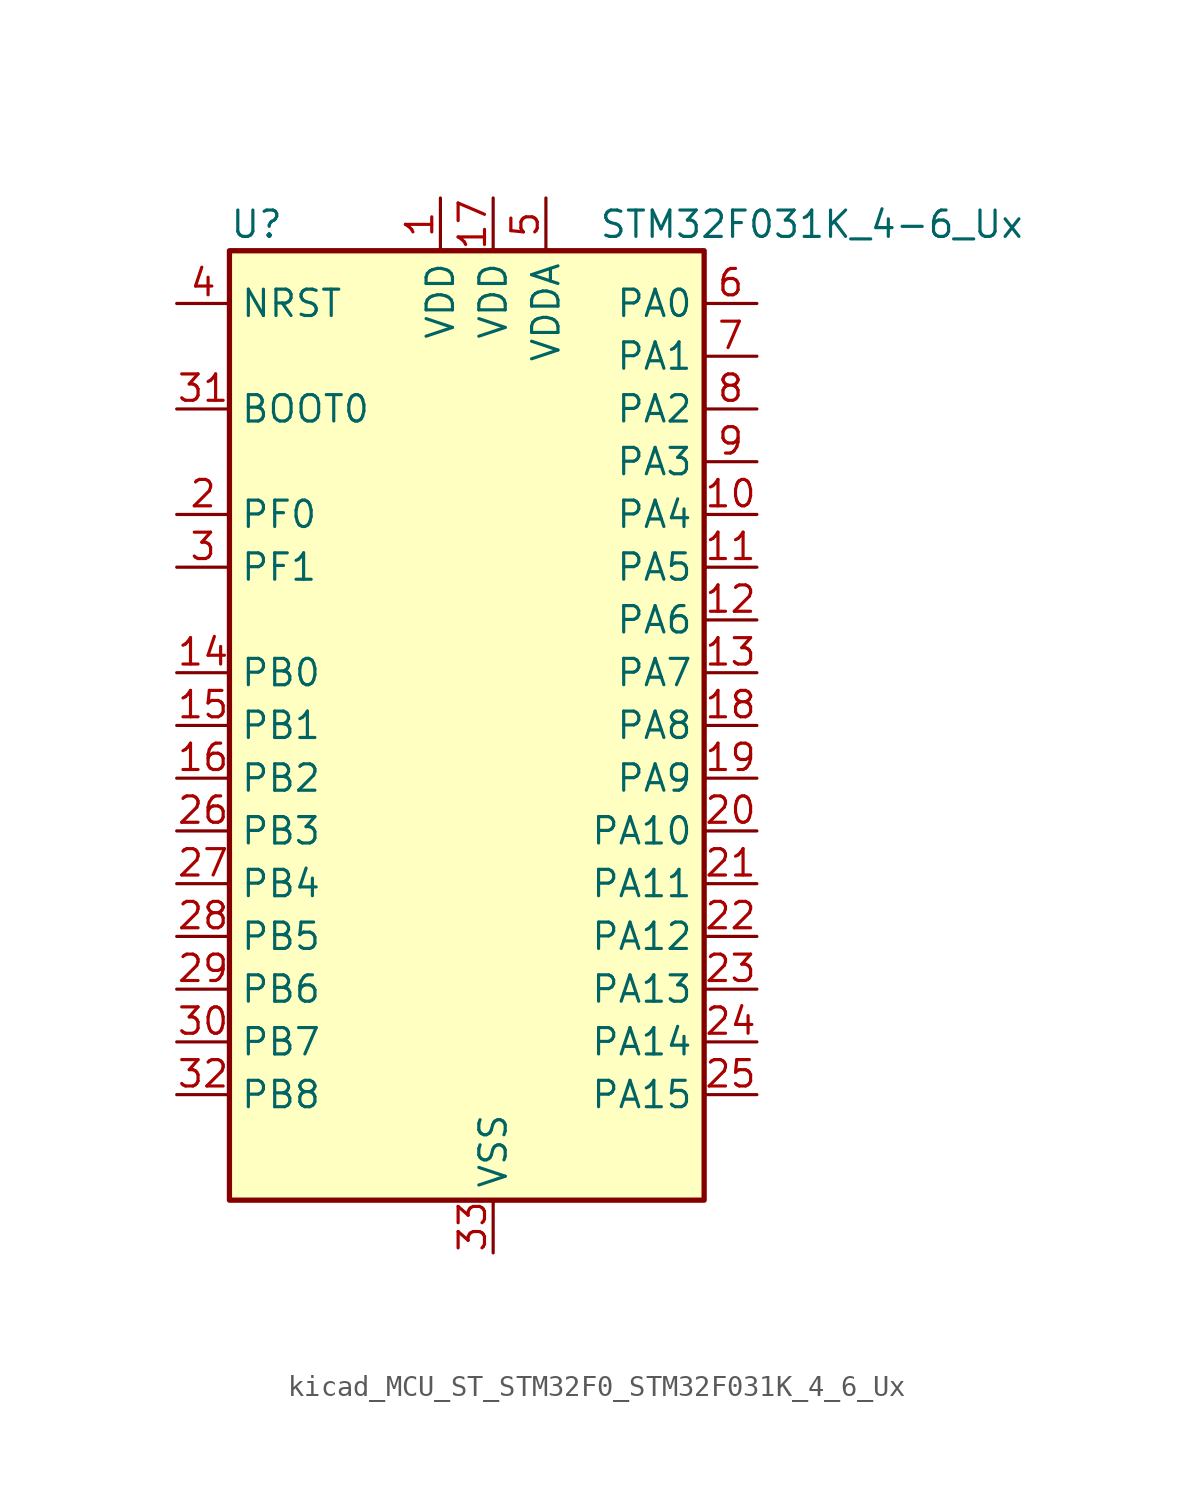
<source format=kicad_sym>
(kicad_symbol_lib
  (version 20220914)
  (generator kicad_symbol_editor)
  (symbol "kicad_MCU_ST_STM32F0_STM32F031K_4_6_Ux"
    (property "Reference" "U"
      (at -10.16 24.13 0)
      (effects (font (size 1.27 1.27)) (justify left)))
    (property "Value" "STM32F031K_4-6_Ux"
      (at 7.62 24.13 0)
      (effects (font (size 1.27 1.27)) (justify left)))
    (property "ki_locked" ""
      (at 0 0 0)
      (effects (font (size 1.27 1.27))))
    (symbol "kicad_MCU_ST_STM32F0_STM32F031K_4_6_Ux_0_1"
      (rectangle (start -10.16 -22.86) (end 12.7 22.86) (stroke (width 0.254) (type default)) (fill (type background))))
    (symbol "kicad_MCU_ST_STM32F0_STM32F031K_4_6_Ux_1_1"
      (pin power_in line (at 0 25.4 270) (length 2.54) (name "VDD" (effects (font (size 1.27 1.27)))) (number "1" (effects (font (size 1.27 1.27)))))
      (pin bidirectional line (at 15.24 10.16 180) (length 2.54) (name "PA4" (effects (font (size 1.27 1.27)))) (number "10" (effects (font (size 1.27 1.27)))) (alternate "ADC_IN4" bidirectional line) (alternate "I2S1_WS" bidirectional line) (alternate "SPI1_NSS" bidirectional line) (alternate "TIM14_CH1" bidirectional line) (alternate "USART1_CK" bidirectional line))
      (pin bidirectional line (at 15.24 7.62 180) (length 2.54) (name "PA5" (effects (font (size 1.27 1.27)))) (number "11" (effects (font (size 1.27 1.27)))) (alternate "ADC_IN5" bidirectional line) (alternate "I2S1_CK" bidirectional line) (alternate "SPI1_SCK" bidirectional line) (alternate "TIM2_CH1" bidirectional line) (alternate "TIM2_ETR" bidirectional line))
      (pin bidirectional line (at 15.24 5.08 180) (length 2.54) (name "PA6" (effects (font (size 1.27 1.27)))) (number "12" (effects (font (size 1.27 1.27)))) (alternate "ADC_IN6" bidirectional line) (alternate "I2S1_MCK" bidirectional line) (alternate "SPI1_MISO" bidirectional line) (alternate "TIM16_CH1" bidirectional line) (alternate "TIM1_BKIN" bidirectional line) (alternate "TIM3_CH1" bidirectional line))
      (pin bidirectional line (at 15.24 2.54 180) (length 2.54) (name "PA7" (effects (font (size 1.27 1.27)))) (number "13" (effects (font (size 1.27 1.27)))) (alternate "ADC_IN7" bidirectional line) (alternate "I2S1_SD" bidirectional line) (alternate "SPI1_MOSI" bidirectional line) (alternate "TIM14_CH1" bidirectional line) (alternate "TIM17_CH1" bidirectional line) (alternate "TIM1_CH1N" bidirectional line) (alternate "TIM3_CH2" bidirectional line))
      (pin bidirectional line (at -12.7 2.54 0) (length 2.54) (name "PB0" (effects (font (size 1.27 1.27)))) (number "14" (effects (font (size 1.27 1.27)))) (alternate "ADC_IN8" bidirectional line) (alternate "TIM1_CH2N" bidirectional line) (alternate "TIM3_CH3" bidirectional line))
      (pin bidirectional line (at -12.7 0 0) (length 2.54) (name "PB1" (effects (font (size 1.27 1.27)))) (number "15" (effects (font (size 1.27 1.27)))) (alternate "ADC_IN9" bidirectional line) (alternate "TIM14_CH1" bidirectional line) (alternate "TIM1_CH3N" bidirectional line) (alternate "TIM3_CH4" bidirectional line))
      (pin bidirectional line (at -12.7 -2.54 0) (length 2.54) (name "PB2" (effects (font (size 1.27 1.27)))) (number "16" (effects (font (size 1.27 1.27)))))
      (pin power_in line (at 2.54 25.4 270) (length 2.54) (name "VDD" (effects (font (size 1.27 1.27)))) (number "17" (effects (font (size 1.27 1.27)))))
      (pin bidirectional line (at 15.24 0 180) (length 2.54) (name "PA8" (effects (font (size 1.27 1.27)))) (number "18" (effects (font (size 1.27 1.27)))) (alternate "RCC_MCO" bidirectional line) (alternate "TIM1_CH1" bidirectional line) (alternate "USART1_CK" bidirectional line))
      (pin bidirectional line (at 15.24 -2.54 180) (length 2.54) (name "PA9" (effects (font (size 1.27 1.27)))) (number "19" (effects (font (size 1.27 1.27)))) (alternate "I2C1_SCL" bidirectional line) (alternate "TIM1_CH2" bidirectional line) (alternate "USART1_TX" bidirectional line))
      (pin bidirectional line (at -12.7 10.16 0) (length 2.54) (name "PF0" (effects (font (size 1.27 1.27)))) (number "2" (effects (font (size 1.27 1.27)))) (alternate "RCC_OSC_IN" bidirectional line))
      (pin bidirectional line (at 15.24 -5.08 180) (length 2.54) (name "PA10" (effects (font (size 1.27 1.27)))) (number "20" (effects (font (size 1.27 1.27)))) (alternate "I2C1_SDA" bidirectional line) (alternate "TIM17_BKIN" bidirectional line) (alternate "TIM1_CH3" bidirectional line) (alternate "USART1_RX" bidirectional line))
      (pin bidirectional line (at 15.24 -7.62 180) (length 2.54) (name "PA11" (effects (font (size 1.27 1.27)))) (number "21" (effects (font (size 1.27 1.27)))) (alternate "TIM1_CH4" bidirectional line) (alternate "USART1_CTS" bidirectional line))
      (pin bidirectional line (at 15.24 -10.16 180) (length 2.54) (name "PA12" (effects (font (size 1.27 1.27)))) (number "22" (effects (font (size 1.27 1.27)))) (alternate "TIM1_ETR" bidirectional line) (alternate "USART1_DE" bidirectional line) (alternate "USART1_RTS" bidirectional line))
      (pin bidirectional line (at 15.24 -12.7 180) (length 2.54) (name "PA13" (effects (font (size 1.27 1.27)))) (number "23" (effects (font (size 1.27 1.27)))) (alternate "IR_OUT" bidirectional line) (alternate "SYS_SWDIO" bidirectional line))
      (pin bidirectional line (at 15.24 -15.24 180) (length 2.54) (name "PA14" (effects (font (size 1.27 1.27)))) (number "24" (effects (font (size 1.27 1.27)))) (alternate "SYS_SWCLK" bidirectional line) (alternate "USART1_TX" bidirectional line))
      (pin bidirectional line (at 15.24 -17.78 180) (length 2.54) (name "PA15" (effects (font (size 1.27 1.27)))) (number "25" (effects (font (size 1.27 1.27)))) (alternate "I2S1_WS" bidirectional line) (alternate "SPI1_NSS" bidirectional line) (alternate "TIM2_CH1" bidirectional line) (alternate "TIM2_ETR" bidirectional line) (alternate "USART1_RX" bidirectional line))
      (pin bidirectional line (at -12.7 -5.08 0) (length 2.54) (name "PB3" (effects (font (size 1.27 1.27)))) (number "26" (effects (font (size 1.27 1.27)))) (alternate "I2S1_CK" bidirectional line) (alternate "SPI1_SCK" bidirectional line) (alternate "TIM2_CH2" bidirectional line))
      (pin bidirectional line (at -12.7 -7.62 0) (length 2.54) (name "PB4" (effects (font (size 1.27 1.27)))) (number "27" (effects (font (size 1.27 1.27)))) (alternate "I2S1_MCK" bidirectional line) (alternate "SPI1_MISO" bidirectional line) (alternate "TIM3_CH1" bidirectional line))
      (pin bidirectional line (at -12.7 -10.16 0) (length 2.54) (name "PB5" (effects (font (size 1.27 1.27)))) (number "28" (effects (font (size 1.27 1.27)))) (alternate "I2C1_SMBA" bidirectional line) (alternate "I2S1_SD" bidirectional line) (alternate "SPI1_MOSI" bidirectional line) (alternate "TIM16_BKIN" bidirectional line) (alternate "TIM3_CH2" bidirectional line))
      (pin bidirectional line (at -12.7 -12.7 0) (length 2.54) (name "PB6" (effects (font (size 1.27 1.27)))) (number "29" (effects (font (size 1.27 1.27)))) (alternate "I2C1_SCL" bidirectional line) (alternate "TIM16_CH1N" bidirectional line) (alternate "USART1_TX" bidirectional line))
      (pin bidirectional line (at -12.7 7.62 0) (length 2.54) (name "PF1" (effects (font (size 1.27 1.27)))) (number "3" (effects (font (size 1.27 1.27)))) (alternate "RCC_OSC_OUT" bidirectional line))
      (pin bidirectional line (at -12.7 -15.24 0) (length 2.54) (name "PB7" (effects (font (size 1.27 1.27)))) (number "30" (effects (font (size 1.27 1.27)))) (alternate "I2C1_SDA" bidirectional line) (alternate "TIM17_CH1N" bidirectional line) (alternate "USART1_RX" bidirectional line))
      (pin input line (at -12.7 15.24 0) (length 2.54) (name "BOOT0" (effects (font (size 1.27 1.27)))) (number "31" (effects (font (size 1.27 1.27)))))
      (pin bidirectional line (at -12.7 -17.78 0) (length 2.54) (name "PB8" (effects (font (size 1.27 1.27)))) (number "32" (effects (font (size 1.27 1.27)))) (alternate "I2C1_SCL" bidirectional line) (alternate "TIM16_CH1" bidirectional line))
      (pin power_in line (at 2.54 -25.4 90) (length 2.54) (name "VSS" (effects (font (size 1.27 1.27)))) (number "33" (effects (font (size 1.27 1.27)))))
      (pin input line (at -12.7 20.32 0) (length 2.54) (name "NRST" (effects (font (size 1.27 1.27)))) (number "4" (effects (font (size 1.27 1.27)))))
      (pin power_in line (at 5.08 25.4 270) (length 2.54) (name "VDDA" (effects (font (size 1.27 1.27)))) (number "5" (effects (font (size 1.27 1.27)))))
      (pin bidirectional line (at 15.24 20.32 180) (length 2.54) (name "PA0" (effects (font (size 1.27 1.27)))) (number "6" (effects (font (size 1.27 1.27)))) (alternate "ADC_IN0" bidirectional line) (alternate "RTC_TAMP2" bidirectional line) (alternate "SYS_WKUP1" bidirectional line) (alternate "TIM2_CH1" bidirectional line) (alternate "TIM2_ETR" bidirectional line) (alternate "USART1_CTS" bidirectional line))
      (pin bidirectional line (at 15.24 17.78 180) (length 2.54) (name "PA1" (effects (font (size 1.27 1.27)))) (number "7" (effects (font (size 1.27 1.27)))) (alternate "ADC_IN1" bidirectional line) (alternate "TIM2_CH2" bidirectional line) (alternate "USART1_DE" bidirectional line) (alternate "USART1_RTS" bidirectional line))
      (pin bidirectional line (at 15.24 15.24 180) (length 2.54) (name "PA2" (effects (font (size 1.27 1.27)))) (number "8" (effects (font (size 1.27 1.27)))) (alternate "ADC_IN2" bidirectional line) (alternate "TIM2_CH3" bidirectional line) (alternate "USART1_TX" bidirectional line))
      (pin bidirectional line (at 15.24 12.7 180) (length 2.54) (name "PA3" (effects (font (size 1.27 1.27)))) (number "9" (effects (font (size 1.27 1.27)))) (alternate "ADC_IN3" bidirectional line) (alternate "TIM2_CH4" bidirectional line) (alternate "USART1_RX" bidirectional line)))))
</source>
